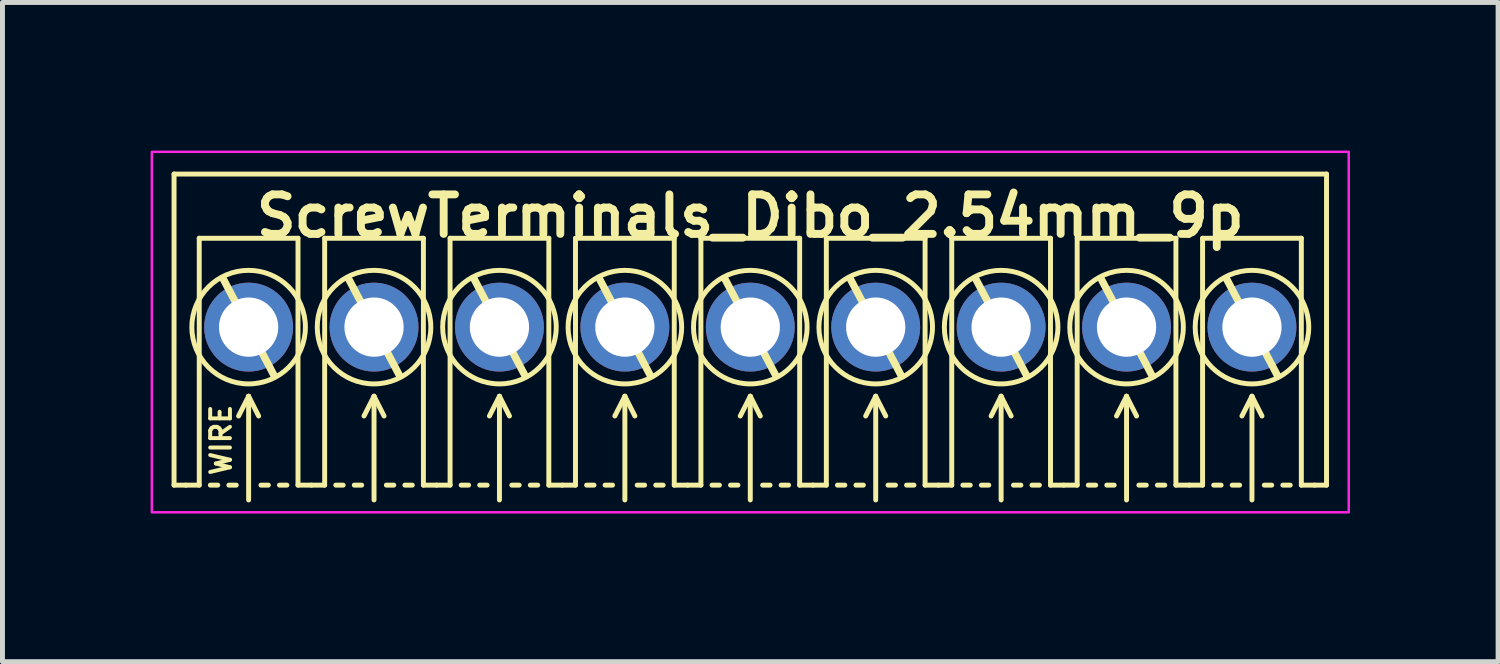
<source format=kicad_pcb>
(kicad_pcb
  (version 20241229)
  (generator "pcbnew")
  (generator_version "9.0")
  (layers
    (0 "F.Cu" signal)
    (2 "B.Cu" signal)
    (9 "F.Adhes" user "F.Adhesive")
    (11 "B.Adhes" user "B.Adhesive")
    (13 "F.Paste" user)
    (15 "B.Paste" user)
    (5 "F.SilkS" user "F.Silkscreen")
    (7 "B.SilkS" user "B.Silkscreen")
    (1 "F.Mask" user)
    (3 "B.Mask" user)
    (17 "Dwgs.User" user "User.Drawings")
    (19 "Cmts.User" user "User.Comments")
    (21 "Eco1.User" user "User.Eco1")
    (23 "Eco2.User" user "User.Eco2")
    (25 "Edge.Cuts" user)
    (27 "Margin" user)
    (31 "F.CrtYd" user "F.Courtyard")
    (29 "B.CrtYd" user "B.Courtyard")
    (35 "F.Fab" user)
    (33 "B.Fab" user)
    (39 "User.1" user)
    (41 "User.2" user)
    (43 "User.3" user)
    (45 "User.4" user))
  (footprint "ScrewTerminals_Dibo_2.54mm_9p"
    (layer "F.Cu")
    (at 12.145 3.575)
    (property "Reference" "ScrewTerminals_Dibo_2.54mm_9p" (at 0 -2.25 0) (unlocked yes) (layer "F.SilkS") (effects (font (size 0.8 0.8) (thickness 0.16) (bold yes))))
    (attr through_hole)
    (fp_line (start -11.67 -3.1) (end 11.67 -3.1) (stroke (width 0.1) (type default)) (layer "F.SilkS"))
    (fp_line (start -11.67 3.2) (end -11.67 -3.1) (stroke (width 0.1) (type default)) (layer "F.SilkS"))
    (fp_line (start -11.67 3.2) (end -11.43 3.2) (stroke (width 0.1) (type default)) (layer "F.SilkS"))
    (fp_line (start -11.43 3.2) (end -11.16 3.2) (stroke (width 0.1) (type default)) (layer "F.SilkS"))
    (fp_line (start -11.16 -1.8) (end -9.16 -1.8) (stroke (width 0.1) (type solid)) (layer "F.SilkS"))
    (fp_line (start -11.16 3.2) (end -11.16 -1.8) (stroke (width 0.1) (type solid)) (layer "F.SilkS"))
    (fp_line (start -10.935 3.2) (end -10.785 3.2) (stroke (width 0.1) (type default)) (layer "F.SilkS"))
    (fp_line (start -10.668 -0.965) (end -9.652 0.965) (stroke (width 0.15) (type default)) (layer "F.SilkS"))
    (fp_line (start -10.56 3.2) (end -10.41 3.2) (stroke (width 0.1) (type default)) (layer "F.SilkS"))
    (fp_line (start -10.16 1.4) (end -10.363 1.8) (stroke (width 0.1) (type default)) (layer "F.SilkS"))
    (fp_line (start -10.16 1.4) (end -9.957 1.8) (stroke (width 0.1) (type default)) (layer "F.SilkS"))
    (fp_line (start -10.16 3.5) (end -10.16 1.4) (stroke (width 0.1) (type default)) (layer "F.SilkS"))
    (fp_line (start -9.91 3.2) (end -9.76 3.2) (stroke (width 0.1) (type default)) (layer "F.SilkS"))
    (fp_line (start -9.535 3.2) (end -9.385 3.2) (stroke (width 0.1) (type default)) (layer "F.SilkS"))
    (fp_line (start -9.16 -1.8) (end -9.16 3.2) (stroke (width 0.1) (type solid)) (layer "F.SilkS"))
    (fp_line (start -9.16 3.2) (end -8.89 3.2) (stroke (width 0.1) (type default)) (layer "F.SilkS"))
    (fp_line (start -8.89 3.2) (end -8.62 3.2) (stroke (width 0.1) (type default)) (layer "F.SilkS"))
    (fp_line (start -8.62 -1.8) (end -6.62 -1.8) (stroke (width 0.1) (type solid)) (layer "F.SilkS"))
    (fp_line (start -8.62 3.2) (end -8.62 -1.8) (stroke (width 0.1) (type solid)) (layer "F.SilkS"))
    (fp_line (start -8.395 3.2) (end -8.245 3.2) (stroke (width 0.1) (type default)) (layer "F.SilkS"))
    (fp_line (start -8.128 -0.965) (end -7.112 0.965) (stroke (width 0.15) (type default)) (layer "F.SilkS"))
    (fp_line (start -8.02 3.2) (end -7.87 3.2) (stroke (width 0.1) (type default)) (layer "F.SilkS"))
    (fp_line (start -7.62 1.4) (end -7.823 1.8) (stroke (width 0.1) (type default)) (layer "F.SilkS"))
    (fp_line (start -7.62 1.4) (end -7.417 1.8) (stroke (width 0.1) (type default)) (layer "F.SilkS"))
    (fp_line (start -7.62 3.5) (end -7.62 1.4) (stroke (width 0.1) (type default)) (layer "F.SilkS"))
    (fp_line (start -7.37 3.2) (end -7.22 3.2) (stroke (width 0.1) (type default)) (layer "F.SilkS"))
    (fp_line (start -6.995 3.2) (end -6.845 3.2) (stroke (width 0.1) (type default)) (layer "F.SilkS"))
    (fp_line (start -6.62 -1.8) (end -6.62 3.2) (stroke (width 0.1) (type solid)) (layer "F.SilkS"))
    (fp_line (start -6.62 3.2) (end -6.35 3.2) (stroke (width 0.1) (type default)) (layer "F.SilkS"))
    (fp_line (start -6.35 3.2) (end -6.08 3.2) (stroke (width 0.1) (type default)) (layer "F.SilkS"))
    (fp_line (start -6.08 -1.8) (end -4.08 -1.8) (stroke (width 0.1) (type solid)) (layer "F.SilkS"))
    (fp_line (start -6.08 3.2) (end -6.08 -1.8) (stroke (width 0.1) (type solid)) (layer "F.SilkS"))
    (fp_line (start -5.855 3.2) (end -5.705 3.2) (stroke (width 0.1) (type default)) (layer "F.SilkS"))
    (fp_line (start -5.588 -0.965) (end -4.572 0.965) (stroke (width 0.15) (type default)) (layer "F.SilkS"))
    (fp_line (start -5.48 3.2) (end -5.33 3.2) (stroke (width 0.1) (type default)) (layer "F.SilkS"))
    (fp_line (start -5.08 1.4) (end -5.283 1.8) (stroke (width 0.1) (type default)) (layer "F.SilkS"))
    (fp_line (start -5.08 1.4) (end -4.877 1.8) (stroke (width 0.1) (type default)) (layer "F.SilkS"))
    (fp_line (start -5.08 3.5) (end -5.08 1.4) (stroke (width 0.1) (type default)) (layer "F.SilkS"))
    (fp_line (start -4.83 3.2) (end -4.68 3.2) (stroke (width 0.1) (type default)) (layer "F.SilkS"))
    (fp_line (start -4.455 3.2) (end -4.305 3.2) (stroke (width 0.1) (type default)) (layer "F.SilkS"))
    (fp_line (start -4.08 -1.8) (end -4.08 3.2) (stroke (width 0.1) (type solid)) (layer "F.SilkS"))
    (fp_line (start -4.08 3.2) (end -3.81 3.2) (stroke (width 0.1) (type default)) (layer "F.SilkS"))
    (fp_line (start -3.81 3.2) (end -3.54 3.2) (stroke (width 0.1) (type default)) (layer "F.SilkS"))
    (fp_line (start -3.54 -1.8) (end -1.54 -1.8) (stroke (width 0.1) (type solid)) (layer "F.SilkS"))
    (fp_line (start -3.54 3.2) (end -3.54 -1.8) (stroke (width 0.1) (type solid)) (layer "F.SilkS"))
    (fp_line (start -3.315 3.2) (end -3.165 3.2) (stroke (width 0.1) (type default)) (layer "F.SilkS"))
    (fp_line (start -3.048 -0.965) (end -2.032 0.965) (stroke (width 0.15) (type default)) (layer "F.SilkS"))
    (fp_line (start -2.94 3.2) (end -2.79 3.2) (stroke (width 0.1) (type default)) (layer "F.SilkS"))
    (fp_line (start -2.54 1.4) (end -2.743 1.8) (stroke (width 0.1) (type default)) (layer "F.SilkS"))
    (fp_line (start -2.54 1.4) (end -2.337 1.8) (stroke (width 0.1) (type default)) (layer "F.SilkS"))
    (fp_line (start -2.54 3.5) (end -2.54 1.4) (stroke (width 0.1) (type default)) (layer "F.SilkS"))
    (fp_line (start -2.29 3.2) (end -2.14 3.2) (stroke (width 0.1) (type default)) (layer "F.SilkS"))
    (fp_line (start -1.915 3.2) (end -1.765 3.2) (stroke (width 0.1) (type default)) (layer "F.SilkS"))
    (fp_line (start -1.54 -1.8) (end -1.54 3.2) (stroke (width 0.1) (type solid)) (layer "F.SilkS"))
    (fp_line (start -1.54 3.2) (end -1.27 3.2) (stroke (width 0.1) (type default)) (layer "F.SilkS"))
    (fp_line (start -1.27 3.2) (end -1 3.2) (stroke (width 0.1) (type default)) (layer "F.SilkS"))
    (fp_line (start -1 -1.8) (end 1 -1.8) (stroke (width 0.1) (type solid)) (layer "F.SilkS"))
    (fp_line (start -1 3.2) (end -1 -1.8) (stroke (width 0.1) (type solid)) (layer "F.SilkS"))
    (fp_line (start -0.775 3.2) (end -0.625 3.2) (stroke (width 0.1) (type default)) (layer "F.SilkS"))
    (fp_line (start -0.508 -0.965) (end 0.508 0.965) (stroke (width 0.15) (type default)) (layer "F.SilkS"))
    (fp_line (start -0.4 3.2) (end -0.25 3.2) (stroke (width 0.1) (type default)) (layer "F.SilkS"))
    (fp_line (start 0 1.4) (end -0.203 1.8) (stroke (width 0.1) (type default)) (layer "F.SilkS"))
    (fp_line (start 0 1.4) (end 0.203 1.8) (stroke (width 0.1) (type default)) (layer "F.SilkS"))
    (fp_line (start 0 3.5) (end 0 1.4) (stroke (width 0.1) (type default)) (layer "F.SilkS"))
    (fp_line (start 0.25 3.2) (end 0.4 3.2) (stroke (width 0.1) (type default)) (layer "F.SilkS"))
    (fp_line (start 0.625 3.2) (end 0.775 3.2) (stroke (width 0.1) (type default)) (layer "F.SilkS"))
    (fp_line (start 1 -1.8) (end 1 3.2) (stroke (width 0.1) (type solid)) (layer "F.SilkS"))
    (fp_line (start 1 3.2) (end 1.27 3.2) (stroke (width 0.1) (type default)) (layer "F.SilkS"))
    (fp_line (start 1.27 3.2) (end 1.54 3.2) (stroke (width 0.1) (type default)) (layer "F.SilkS"))
    (fp_line (start 1.54 -1.8) (end 3.54 -1.8) (stroke (width 0.1) (type solid)) (layer "F.SilkS"))
    (fp_line (start 1.54 3.2) (end 1.54 -1.8) (stroke (width 0.1) (type solid)) (layer "F.SilkS"))
    (fp_line (start 1.765 3.2) (end 1.915 3.2) (stroke (width 0.1) (type default)) (layer "F.SilkS"))
    (fp_line (start 2.032 -0.965) (end 3.048 0.965) (stroke (width 0.15) (type default)) (layer "F.SilkS"))
    (fp_line (start 2.14 3.2) (end 2.29 3.2) (stroke (width 0.1) (type default)) (layer "F.SilkS"))
    (fp_line (start 2.54 1.4) (end 2.337 1.8) (stroke (width 0.1) (type default)) (layer "F.SilkS"))
    (fp_line (start 2.54 1.4) (end 2.743 1.8) (stroke (width 0.1) (type default)) (layer "F.SilkS"))
    (fp_line (start 2.54 3.5) (end 2.54 1.4) (stroke (width 0.1) (type default)) (layer "F.SilkS"))
    (fp_line (start 2.79 3.2) (end 2.94 3.2) (stroke (width 0.1) (type default)) (layer "F.SilkS"))
    (fp_line (start 3.165 3.2) (end 3.315 3.2) (stroke (width 0.1) (type default)) (layer "F.SilkS"))
    (fp_line (start 3.54 -1.8) (end 3.54 3.2) (stroke (width 0.1) (type solid)) (layer "F.SilkS"))
    (fp_line (start 3.54 3.2) (end 3.81 3.2) (stroke (width 0.1) (type default)) (layer "F.SilkS"))
    (fp_line (start 3.81 3.2) (end 4.08 3.2) (stroke (width 0.1) (type default)) (layer "F.SilkS"))
    (fp_line (start 4.08 -1.8) (end 6.08 -1.8) (stroke (width 0.1) (type solid)) (layer "F.SilkS"))
    (fp_line (start 4.08 3.2) (end 4.08 -1.8) (stroke (width 0.1) (type solid)) (layer "F.SilkS"))
    (fp_line (start 4.305 3.2) (end 4.455 3.2) (stroke (width 0.1) (type default)) (layer "F.SilkS"))
    (fp_line (start 4.572 -0.965) (end 5.588 0.965) (stroke (width 0.15) (type default)) (layer "F.SilkS"))
    (fp_line (start 4.68 3.2) (end 4.83 3.2) (stroke (width 0.1) (type default)) (layer "F.SilkS"))
    (fp_line (start 5.08 1.4) (end 4.877 1.8) (stroke (width 0.1) (type default)) (layer "F.SilkS"))
    (fp_line (start 5.08 1.4) (end 5.283 1.8) (stroke (width 0.1) (type default)) (layer "F.SilkS"))
    (fp_line (start 5.08 3.5) (end 5.08 1.4) (stroke (width 0.1) (type default)) (layer "F.SilkS"))
    (fp_line (start 5.33 3.2) (end 5.48 3.2) (stroke (width 0.1) (type default)) (layer "F.SilkS"))
    (fp_line (start 5.705 3.2) (end 5.855 3.2) (stroke (width 0.1) (type default)) (layer "F.SilkS"))
    (fp_line (start 6.08 -1.8) (end 6.08 3.2) (stroke (width 0.1) (type solid)) (layer "F.SilkS"))
    (fp_line (start 6.08 3.2) (end 6.35 3.2) (stroke (width 0.1) (type default)) (layer "F.SilkS"))
    (fp_line (start 6.35 3.2) (end 6.62 3.2) (stroke (width 0.1) (type default)) (layer "F.SilkS"))
    (fp_line (start 6.62 -1.8) (end 8.62 -1.8) (stroke (width 0.1) (type solid)) (layer "F.SilkS"))
    (fp_line (start 6.62 3.2) (end 6.62 -1.8) (stroke (width 0.1) (type solid)) (layer "F.SilkS"))
    (fp_line (start 6.845 3.2) (end 6.995 3.2) (stroke (width 0.1) (type default)) (layer "F.SilkS"))
    (fp_line (start 7.112 -0.965) (end 8.128 0.965) (stroke (width 0.15) (type default)) (layer "F.SilkS"))
    (fp_line (start 7.22 3.2) (end 7.37 3.2) (stroke (width 0.1) (type default)) (layer "F.SilkS"))
    (fp_line (start 7.62 1.4) (end 7.417 1.8) (stroke (width 0.1) (type default)) (layer "F.SilkS"))
    (fp_line (start 7.62 1.4) (end 7.823 1.8) (stroke (width 0.1) (type default)) (layer "F.SilkS"))
    (fp_line (start 7.62 3.5) (end 7.62 1.4) (stroke (width 0.1) (type default)) (layer "F.SilkS"))
    (fp_line (start 7.87 3.2) (end 8.02 3.2) (stroke (width 0.1) (type default)) (layer "F.SilkS"))
    (fp_line (start 8.245 3.2) (end 8.395 3.2) (stroke (width 0.1) (type default)) (layer "F.SilkS"))
    (fp_line (start 8.62 -1.8) (end 8.62 3.2) (stroke (width 0.1) (type solid)) (layer "F.SilkS"))
    (fp_line (start 8.62 3.2) (end 8.89 3.2) (stroke (width 0.1) (type default)) (layer "F.SilkS"))
    (fp_line (start 8.89 3.2) (end 9.16 3.2) (stroke (width 0.1) (type default)) (layer "F.SilkS"))
    (fp_line (start 9.16 -1.8) (end 11.16 -1.8) (stroke (width 0.1) (type solid)) (layer "F.SilkS"))
    (fp_line (start 9.16 3.2) (end 9.16 -1.8) (stroke (width 0.1) (type solid)) (layer "F.SilkS"))
    (fp_line (start 9.385 3.2) (end 9.535 3.2) (stroke (width 0.1) (type default)) (layer "F.SilkS"))
    (fp_line (start 9.652 -0.965) (end 10.668 0.965) (stroke (width 0.15) (type default)) (layer "F.SilkS"))
    (fp_line (start 9.76 3.2) (end 9.91 3.2) (stroke (width 0.1) (type default)) (layer "F.SilkS"))
    (fp_line (start 10.16 1.4) (end 9.957 1.8) (stroke (width 0.1) (type default)) (layer "F.SilkS"))
    (fp_line (start 10.16 1.4) (end 10.363 1.8) (stroke (width 0.1) (type default)) (layer "F.SilkS"))
    (fp_line (start 10.16 3.5) (end 10.16 1.4) (stroke (width 0.1) (type default)) (layer "F.SilkS"))
    (fp_line (start 10.41 3.2) (end 10.56 3.2) (stroke (width 0.1) (type default)) (layer "F.SilkS"))
    (fp_line (start 10.785 3.2) (end 10.935 3.2) (stroke (width 0.1) (type default)) (layer "F.SilkS"))
    (fp_line (start 11.16 -1.8) (end 11.16 3.2) (stroke (width 0.1) (type solid)) (layer "F.SilkS"))
    (fp_line (start 11.16 3.2) (end 11.43 3.2) (stroke (width 0.1) (type default)) (layer "F.SilkS"))
    (fp_line (start 11.67 3.2) (end 11.43 3.2) (stroke (width 0.1) (type default)) (layer "F.SilkS"))
    (fp_line (start 11.67 3.2) (end 11.67 -3.1) (stroke (width 0.1) (type default)) (layer "F.SilkS"))
    (fp_circle (center -10.16 0) (end -11.31 0) (stroke (width 0.1) (type default)) (fill no) (layer "F.SilkS"))
    (fp_circle (center -7.62 0) (end -8.77 0) (stroke (width 0.1) (type default)) (fill no) (layer "F.SilkS"))
    (fp_circle (center -5.08 0) (end -6.23 0) (stroke (width 0.1) (type default)) (fill no) (layer "F.SilkS"))
    (fp_circle (center -2.54 0) (end -3.69 0) (stroke (width 0.1) (type default)) (fill no) (layer "F.SilkS"))
    (fp_circle (center 0 0) (end -1.15 0) (stroke (width 0.1) (type default)) (fill no) (layer "F.SilkS"))
    (fp_circle (center 2.54 0) (end 1.39 0) (stroke (width 0.1) (type default)) (fill no) (layer "F.SilkS"))
    (fp_circle (center 5.08 0) (end 3.93 0) (stroke (width 0.1) (type default)) (fill no) (layer "F.SilkS"))
    (fp_circle (center 7.62 0) (end 6.47 0) (stroke (width 0.1) (type default)) (fill no) (layer "F.SilkS"))
    (fp_circle (center 10.16 0) (end 9.01 0) (stroke (width 0.1) (type default)) (fill no) (layer "F.SilkS"))
    (fp_rect (start -12.12 -3.55) (end 12.12 3.75) (stroke (width 0.05) (type default)) (fill no) (layer "F.CrtYd"))
    (fp_text user "WIRE" (at -10.719 2.286 90) (unlocked yes) (layer "F.SilkS") (effects (font (size 0.4 0.4) (thickness 0.08) (bold yes))))
    (pad "1" thru_hole circle (at -10.16 0) (size 1.8 1.8) (drill 1.2) (layers "*.Cu" "*.Mask"))
    (pad "2" thru_hole circle (at -7.62 0) (size 1.8 1.8) (drill 1.2) (layers "*.Cu" "*.Mask"))
    (pad "3" thru_hole circle (at -5.08 0) (size 1.8 1.8) (drill 1.2) (layers "*.Cu" "*.Mask"))
    (pad "4" thru_hole circle (at -2.54 0) (size 1.8 1.8) (drill 1.2) (layers "*.Cu" "*.Mask"))
    (pad "5" thru_hole circle (at 0 0) (size 1.8 1.8) (drill 1.2) (layers "*.Cu" "*.Mask"))
    (pad "6" thru_hole circle (at 2.54 0) (size 1.8 1.8) (drill 1.2) (layers "*.Cu" "*.Mask"))
    (pad "7" thru_hole circle (at 5.08 0) (size 1.8 1.8) (drill 1.2) (layers "*.Cu" "*.Mask"))
    (pad "8" thru_hole circle (at 7.62 0) (size 1.8 1.8) (drill 1.2) (layers "*.Cu" "*.Mask"))
    (pad "9" thru_hole circle (at 10.16 0) (size 1.8 1.8) (drill 1.2) (layers "*.Cu" "*.Mask")))
  (gr_rect
    (start -3 -3)
    (end 27.29 10.35)
    (stroke (width 0.1) (type default))
    (fill no)
    (layer "Edge.Cuts")))
</source>
